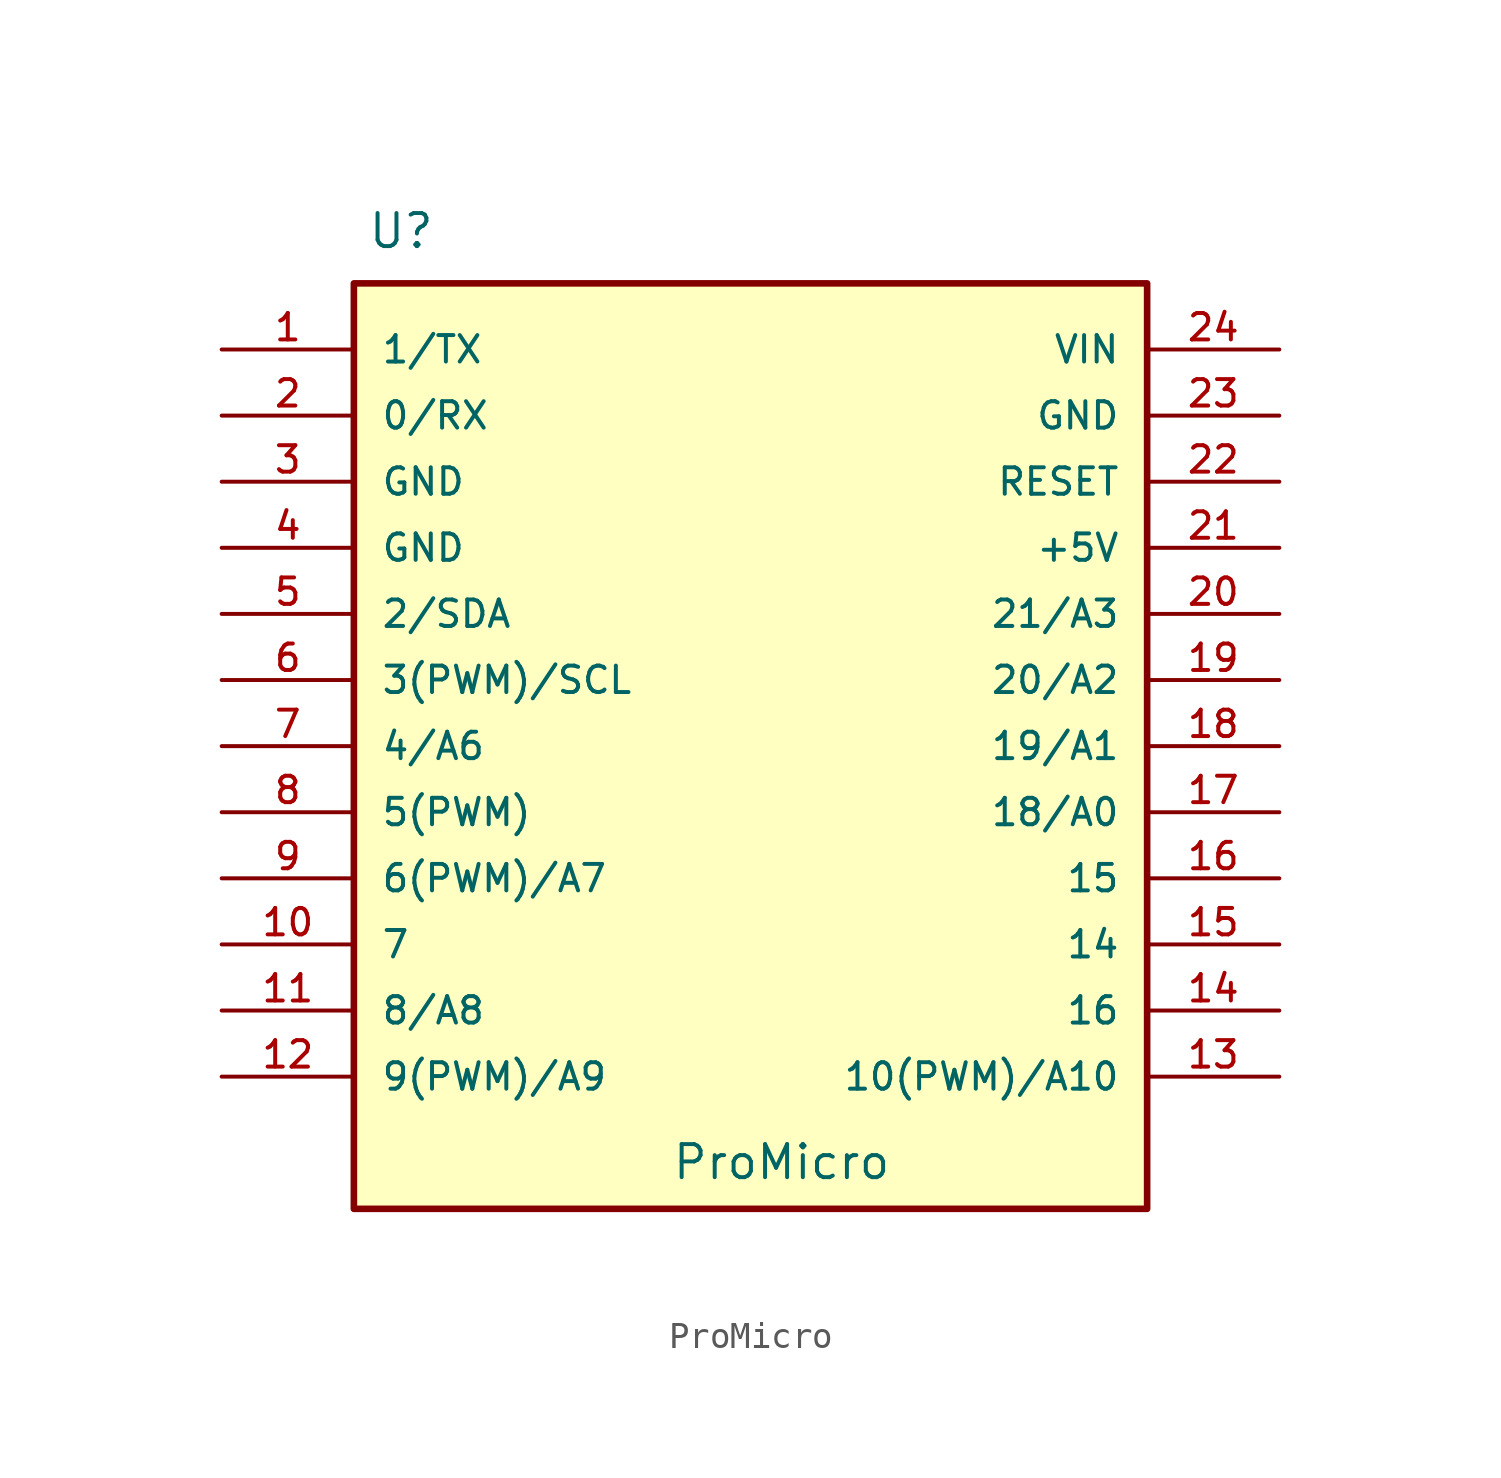
<source format=kicad_sym>
(kicad_symbol_lib
  (version 20241209)
  (generator "kicad_symbol_editor")
  (generator_version "9.0")
  (symbol "ProMicro"
    (pin_names
      (offset 1.016))
    (property "Reference" "U"
      (at -14.732 19.05 0)
      (effects (font (size 1.27 1.27)) (justify left bottom)))
    (property "Value" "ProMicro"
      (at -3.048 -15.24 0)
      (effects (font (size 1.27 1.27)) (justify left top)))
    (symbol "ProMicro_0_0"
      (rectangle (start -15.24 17.78) (end 15.24 -17.78) (stroke (width 0.254) (type default)) (fill (type background))))
    (symbol "ProMicro_1_0"
      (pin bidirectional line (at -20.32 15.24 0) (length 5.08) (name "1/TX" (effects (font (size 1.016 1.016)))) (number "1" (effects (font (size 1.016 1.016)))))
      (pin bidirectional line (at -20.32 12.7 0) (length 5.08) (name "0/RX" (effects (font (size 1.016 1.016)))) (number "2" (effects (font (size 1.016 1.016)))))
      (pin power_in line (at -20.32 10.16 0) (length 5.08) (name "GND" (effects (font (size 1.016 1.016)))) (number "3" (effects (font (size 1.016 1.016)))))
      (pin power_in line (at -20.32 7.62 0) (length 5.08) (name "GND" (effects (font (size 1.016 1.016)))) (number "4" (effects (font (size 1.016 1.016)))))
      (pin bidirectional line (at -20.32 5.08 0) (length 5.08) (name "2/SDA" (effects (font (size 1.016 1.016)))) (number "5" (effects (font (size 1.016 1.016)))))
      (pin bidirectional line (at -20.32 2.54 0) (length 5.08) (name "3(PWM)/SCL" (effects (font (size 1.016 1.016)))) (number "6" (effects (font (size 1.016 1.016)))))
      (pin bidirectional line (at -20.32 0 0) (length 5.08) (name "4/A6" (effects (font (size 1.016 1.016)))) (number "7" (effects (font (size 1.016 1.016)))))
      (pin bidirectional line (at -20.32 -2.54 0) (length 5.08) (name "5(PWM)" (effects (font (size 1.016 1.016)))) (number "8" (effects (font (size 1.016 1.016)))))
      (pin bidirectional line (at -20.32 -5.08 0) (length 5.08) (name "6(PWM)/A7" (effects (font (size 1.016 1.016)))) (number "9" (effects (font (size 1.016 1.016)))))
      (pin bidirectional line (at -20.32 -7.62 0) (length 5.08) (name "7" (effects (font (size 1.016 1.016)))) (number "10" (effects (font (size 1.016 1.016)))))
      (pin bidirectional line (at -20.32 -10.16 0) (length 5.08) (name "8/A8" (effects (font (size 1.016 1.016)))) (number "11" (effects (font (size 1.016 1.016)))))
      (pin bidirectional line (at -20.32 -12.7 0) (length 5.08) (name "9(PWM)/A9" (effects (font (size 1.016 1.016)))) (number "12" (effects (font (size 1.016 1.016)))))
      (pin power_in line (at 20.32 15.24 180) (length 5.08) (name "VIN" (effects (font (size 1.016 1.016)))) (number "24" (effects (font (size 1.016 1.016)))))
      (pin power_in line (at 20.32 12.7 180) (length 5.08) (name "GND" (effects (font (size 1.016 1.016)))) (number "23" (effects (font (size 1.016 1.016)))))
      (pin input line (at 20.32 10.16 180) (length 5.08) (name "RESET" (effects (font (size 1.016 1.016)))) (number "22" (effects (font (size 1.016 1.016)))))
      (pin power_in line (at 20.32 7.62 180) (length 5.08) (name "+5V" (effects (font (size 1.016 1.016)))) (number "21" (effects (font (size 1.016 1.016)))))
      (pin bidirectional line (at 20.32 5.08 180) (length 5.08) (name "21/A3" (effects (font (size 1.016 1.016)))) (number "20" (effects (font (size 1.016 1.016)))))
      (pin bidirectional line (at 20.32 2.54 180) (length 5.08) (name "20/A2" (effects (font (size 1.016 1.016)))) (number "19" (effects (font (size 1.016 1.016)))))
      (pin bidirectional line (at 20.32 0 180) (length 5.08) (name "19/A1" (effects (font (size 1.016 1.016)))) (number "18" (effects (font (size 1.016 1.016)))))
      (pin bidirectional line (at 20.32 -2.54 180) (length 5.08) (name "18/A0" (effects (font (size 1.016 1.016)))) (number "17" (effects (font (size 1.016 1.016)))))
      (pin bidirectional line (at 20.32 -5.08 180) (length 5.08) (name "15" (effects (font (size 1.016 1.016)))) (number "16" (effects (font (size 1.016 1.016)))))
      (pin bidirectional line (at 20.32 -7.62 180) (length 5.08) (name "14" (effects (font (size 1.016 1.016)))) (number "15" (effects (font (size 1.016 1.016)))))
      (pin bidirectional line (at 20.32 -10.16 180) (length 5.08) (name "16" (effects (font (size 1.016 1.016)))) (number "14" (effects (font (size 1.016 1.016)))))
      (pin bidirectional line (at 20.32 -12.7 180) (length 5.08) (name "10(PWM)/A10" (effects (font (size 1.016 1.016)))) (number "13" (effects (font (size 1.016 1.016))))))))
</source>
